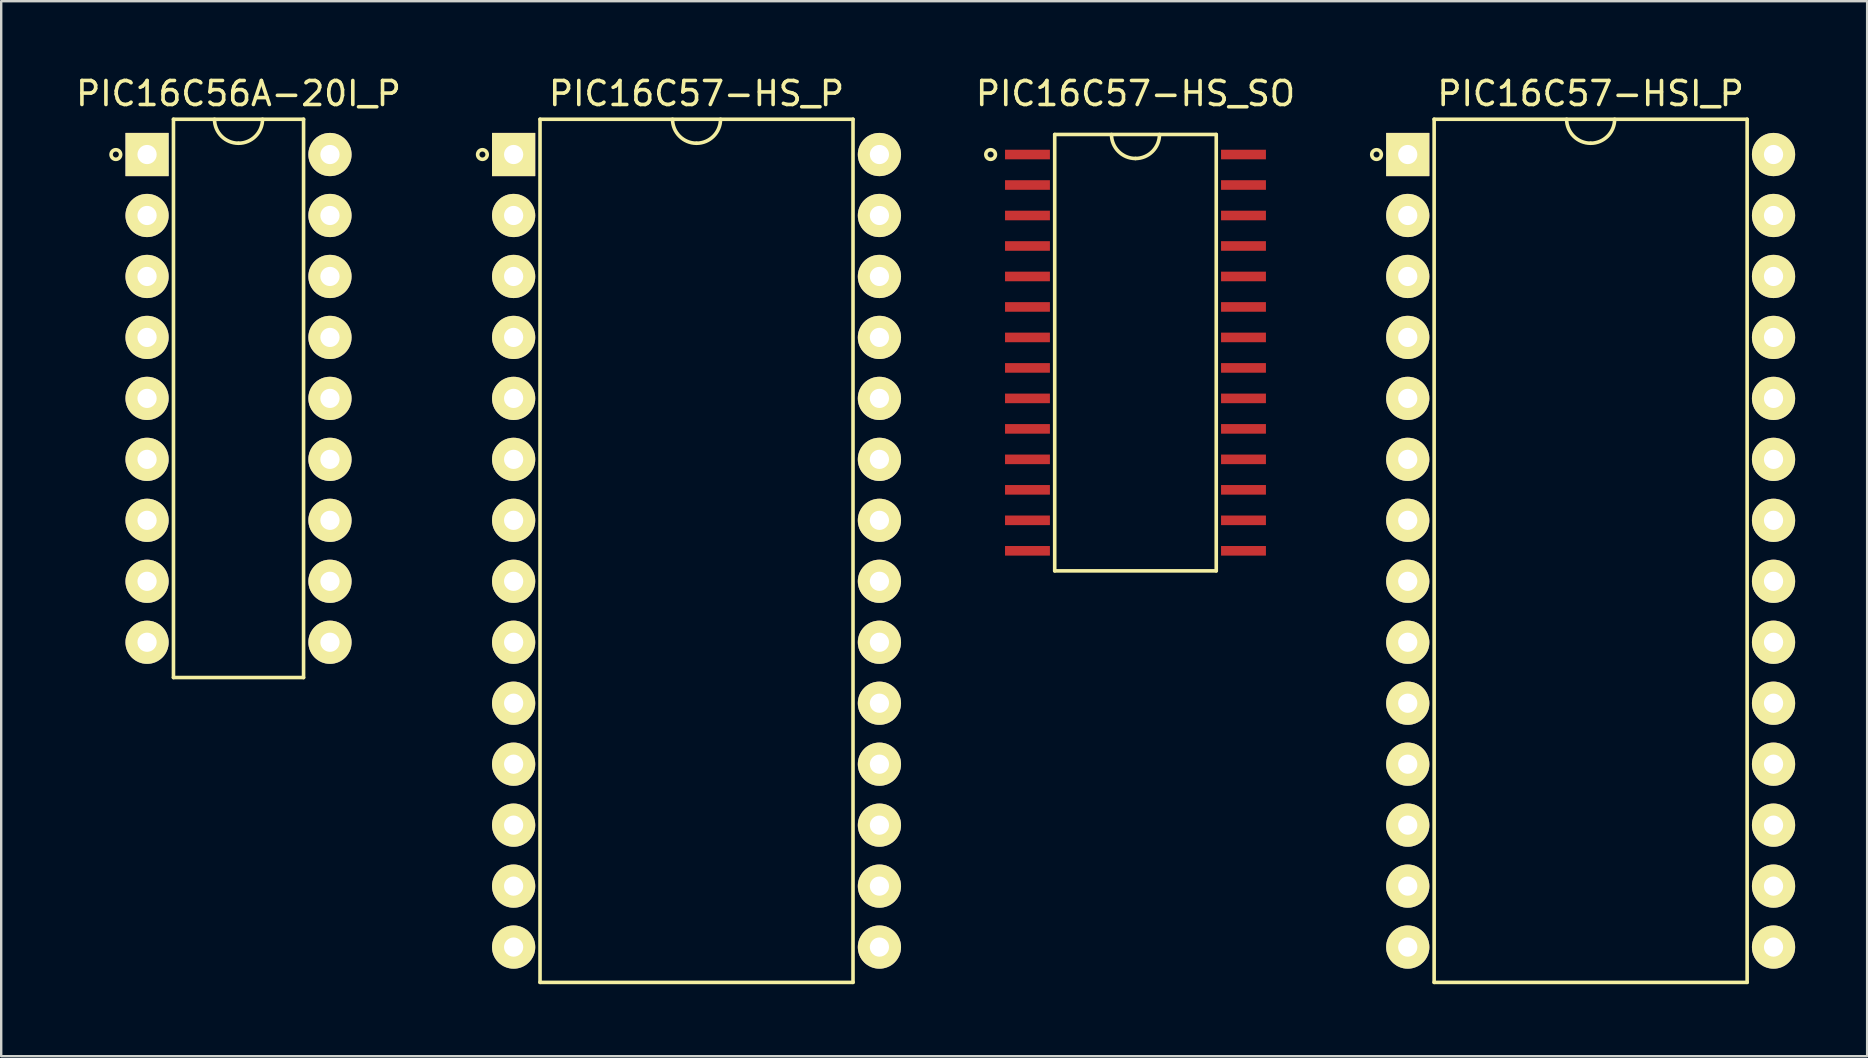
<source format=kicad_pcb>
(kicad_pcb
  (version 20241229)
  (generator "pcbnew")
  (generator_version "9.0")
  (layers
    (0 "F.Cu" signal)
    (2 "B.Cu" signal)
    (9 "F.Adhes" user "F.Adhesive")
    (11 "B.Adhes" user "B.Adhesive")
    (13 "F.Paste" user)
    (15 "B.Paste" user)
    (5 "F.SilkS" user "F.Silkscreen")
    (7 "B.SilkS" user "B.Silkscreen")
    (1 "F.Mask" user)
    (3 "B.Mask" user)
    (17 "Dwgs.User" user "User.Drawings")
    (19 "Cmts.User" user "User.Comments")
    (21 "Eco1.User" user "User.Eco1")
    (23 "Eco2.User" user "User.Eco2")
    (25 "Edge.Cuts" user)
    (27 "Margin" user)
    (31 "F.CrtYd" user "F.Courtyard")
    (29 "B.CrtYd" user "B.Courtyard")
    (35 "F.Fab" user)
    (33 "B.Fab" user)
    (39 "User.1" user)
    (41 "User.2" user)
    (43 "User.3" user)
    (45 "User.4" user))
  (footprint "PIC16C56A-20I_P"
    (layer "F.Cu")
    (at 3.077 3.388)
    (property "Reference" "PIC16C56A-20I_P" (at 3.81 -2.54 0) (layer "F.SilkS") (effects (font (size 1 1) (thickness 0.15))))
    (attr through_hole)
    (fp_line (start 1.1 -1.47) (end 6.52 -1.47) (stroke (width 0.15) (type solid)) (layer "F.SilkS"))
    (fp_line (start 1.1 21.79) (end 1.1 -1.47) (stroke (width 0.15) (type solid)) (layer "F.SilkS"))
    (fp_line (start 6.52 -1.47) (end 6.52 21.79) (stroke (width 0.15) (type solid)) (layer "F.SilkS"))
    (fp_line (start 6.52 21.79) (end 1.1 21.79) (stroke (width 0.15) (type solid)) (layer "F.SilkS"))
    (fp_arc (start 3.81 -0.47) (mid 3.102893 -0.762893) (end 2.81 -1.47) (stroke (width 0.15) (type solid)) (layer "F.SilkS"))
    (fp_arc (start 4.81 -1.47) (mid 4.517107 -0.762893) (end 3.81 -0.47) (stroke (width 0.15) (type solid)) (layer "F.SilkS"))
    (fp_circle (center -1.3 0) (end -1.3 0.2) (stroke (width 0.15) (type solid)) (fill no) (layer "F.SilkS"))
    (pad "1" thru_hole rect (at 0 0) (size 1.8 1.8) (drill 0.8) (layers "*.Cu" "*.Mask" "F.SilkS"))
    (pad "2" thru_hole circle (at 0 2.54) (size 1.8 1.8) (drill 0.8) (layers "*.Cu" "*.Mask" "F.SilkS"))
    (pad "3" thru_hole circle (at 0 5.08) (size 1.8 1.8) (drill 0.8) (layers "*.Cu" "*.Mask" "F.SilkS"))
    (pad "4" thru_hole circle (at 0 7.62) (size 1.8 1.8) (drill 0.8) (layers "*.Cu" "*.Mask" "F.SilkS"))
    (pad "5" thru_hole circle (at 0 10.16) (size 1.8 1.8) (drill 0.8) (layers "*.Cu" "*.Mask" "F.SilkS"))
    (pad "6" thru_hole circle (at 0 12.7) (size 1.8 1.8) (drill 0.8) (layers "*.Cu" "*.Mask" "F.SilkS"))
    (pad "7" thru_hole circle (at 0 15.24) (size 1.8 1.8) (drill 0.8) (layers "*.Cu" "*.Mask" "F.SilkS"))
    (pad "8" thru_hole circle (at 0 17.78) (size 1.8 1.8) (drill 0.8) (layers "*.Cu" "*.Mask" "F.SilkS"))
    (pad "9" thru_hole circle (at 0 20.32) (size 1.8 1.8) (drill 0.8) (layers "*.Cu" "*.Mask" "F.SilkS"))
    (pad "10" thru_hole circle (at 7.62 20.32) (size 1.8 1.8) (drill 0.8) (layers "*.Cu" "*.Mask" "F.SilkS"))
    (pad "11" thru_hole circle (at 7.62 17.78) (size 1.8 1.8) (drill 0.8) (layers "*.Cu" "*.Mask" "F.SilkS"))
    (pad "12" thru_hole circle (at 7.62 15.24) (size 1.8 1.8) (drill 0.8) (layers "*.Cu" "*.Mask" "F.SilkS"))
    (pad "13" thru_hole circle (at 7.62 12.7) (size 1.8 1.8) (drill 0.8) (layers "*.Cu" "*.Mask" "F.SilkS"))
    (pad "14" thru_hole circle (at 7.62 10.16) (size 1.8 1.8) (drill 0.8) (layers "*.Cu" "*.Mask" "F.SilkS"))
    (pad "15" thru_hole circle (at 7.62 7.62) (size 1.8 1.8) (drill 0.8) (layers "*.Cu" "*.Mask" "F.SilkS"))
    (pad "16" thru_hole circle (at 7.62 5.08) (size 1.8 1.8) (drill 0.8) (layers "*.Cu" "*.Mask" "F.SilkS"))
    (pad "17" thru_hole circle (at 7.62 2.54) (size 1.8 1.8) (drill 0.8) (layers "*.Cu" "*.Mask" "F.SilkS"))
    (pad "18" thru_hole circle (at 7.62 0) (size 1.8 1.8) (drill 0.8) (layers "*.Cu" "*.Mask" "F.SilkS")))
  (footprint "PIC16C57-HS_SO"
    (layer "F.Cu")
    (at 39.757 3.388)
    (property "Reference" "PIC16C57-HS_SO" (at 4.5 -2.54 0) (layer "F.SilkS") (effects (font (size 1 1) (thickness 0.15))))
    (attr through_hole)
    (fp_line (start 1.135 -0.835) (end 7.865 -0.835) (stroke (width 0.15) (type solid)) (layer "F.SilkS"))
    (fp_line (start 1.135 17.345) (end 1.135 -0.835) (stroke (width 0.15) (type solid)) (layer "F.SilkS"))
    (fp_line (start 7.865 -0.835) (end 7.865 17.345) (stroke (width 0.15) (type solid)) (layer "F.SilkS"))
    (fp_line (start 7.865 17.345) (end 1.135 17.345) (stroke (width 0.15) (type solid)) (layer "F.SilkS"))
    (fp_arc (start 4.5 0.165) (mid 3.792893 -0.127893) (end 3.5 -0.835) (stroke (width 0.15) (type solid)) (layer "F.SilkS"))
    (fp_arc (start 5.5 -0.835) (mid 5.207107 -0.127893) (end 4.5 0.165) (stroke (width 0.15) (type solid)) (layer "F.SilkS"))
    (fp_circle (center -1.535 0) (end -1.535 0.2) (stroke (width 0.15) (type solid)) (fill no) (layer "F.SilkS"))
    (pad "1" smd rect (at 0 0) (size 1.87 0.4) (layers "F.Cu" "F.Mask" "F.Paste"))
    (pad "2" smd rect (at 0 1.27) (size 1.87 0.4) (layers "F.Cu" "F.Mask" "F.Paste"))
    (pad "3" smd rect (at 0 2.54) (size 1.87 0.4) (layers "F.Cu" "F.Mask" "F.Paste"))
    (pad "4" smd rect (at 0 3.81) (size 1.87 0.4) (layers "F.Cu" "F.Mask" "F.Paste"))
    (pad "5" smd rect (at 0 5.08) (size 1.87 0.4) (layers "F.Cu" "F.Mask" "F.Paste"))
    (pad "6" smd rect (at 0 6.35) (size 1.87 0.4) (layers "F.Cu" "F.Mask" "F.Paste"))
    (pad "7" smd rect (at 0 7.62) (size 1.87 0.4) (layers "F.Cu" "F.Mask" "F.Paste"))
    (pad "8" smd rect (at 0 8.89) (size 1.87 0.4) (layers "F.Cu" "F.Mask" "F.Paste"))
    (pad "9" smd rect (at 0 10.16) (size 1.87 0.4) (layers "F.Cu" "F.Mask" "F.Paste"))
    (pad "10" smd rect (at 0 11.43) (size 1.87 0.4) (layers "F.Cu" "F.Mask" "F.Paste"))
    (pad "11" smd rect (at 0 12.7) (size 1.87 0.4) (layers "F.Cu" "F.Mask" "F.Paste"))
    (pad "12" smd rect (at 0 13.97) (size 1.87 0.4) (layers "F.Cu" "F.Mask" "F.Paste"))
    (pad "13" smd rect (at 0 15.24) (size 1.87 0.4) (layers "F.Cu" "F.Mask" "F.Paste"))
    (pad "14" smd rect (at 0 16.51) (size 1.87 0.4) (layers "F.Cu" "F.Mask" "F.Paste"))
    (pad "15" smd rect (at 9 16.51) (size 1.87 0.4) (layers "F.Cu" "F.Mask" "F.Paste"))
    (pad "16" smd rect (at 9 15.24) (size 1.87 0.4) (layers "F.Cu" "F.Mask" "F.Paste"))
    (pad "17" smd rect (at 9 13.97) (size 1.87 0.4) (layers "F.Cu" "F.Mask" "F.Paste"))
    (pad "18" smd rect (at 9 12.7) (size 1.87 0.4) (layers "F.Cu" "F.Mask" "F.Paste"))
    (pad "19" smd rect (at 9 11.43) (size 1.87 0.4) (layers "F.Cu" "F.Mask" "F.Paste"))
    (pad "20" smd rect (at 9 10.16) (size 1.87 0.4) (layers "F.Cu" "F.Mask" "F.Paste"))
    (pad "21" smd rect (at 9 8.89) (size 1.87 0.4) (layers "F.Cu" "F.Mask" "F.Paste"))
    (pad "22" smd rect (at 9 7.62) (size 1.87 0.4) (layers "F.Cu" "F.Mask" "F.Paste"))
    (pad "23" smd rect (at 9 6.35) (size 1.87 0.4) (layers "F.Cu" "F.Mask" "F.Paste"))
    (pad "24" smd rect (at 9 5.08) (size 1.87 0.4) (layers "F.Cu" "F.Mask" "F.Paste"))
    (pad "25" smd rect (at 9 3.81) (size 1.87 0.4) (layers "F.Cu" "F.Mask" "F.Paste"))
    (pad "26" smd rect (at 9 2.54) (size 1.87 0.4) (layers "F.Cu" "F.Mask" "F.Paste"))
    (pad "27" smd rect (at 9 1.27) (size 1.87 0.4) (layers "F.Cu" "F.Mask" "F.Paste"))
    (pad "28" smd rect (at 9 0) (size 1.87 0.4) (layers "F.Cu" "F.Mask" "F.Paste")))
  (footprint "PIC16C57-HSI_P"
    (layer "F.Cu")
    (at 55.6 3.388)
    (property "Reference" "PIC16C57-HSI_P" (at 7.62 -2.54 0) (layer "F.SilkS") (effects (font (size 1 1) (thickness 0.15))))
    (attr through_hole)
    (fp_line (start 1.1 -1.47) (end 14.14 -1.47) (stroke (width 0.15) (type solid)) (layer "F.SilkS"))
    (fp_line (start 1.1 34.49) (end 1.1 -1.47) (stroke (width 0.15) (type solid)) (layer "F.SilkS"))
    (fp_line (start 14.14 -1.47) (end 14.14 34.49) (stroke (width 0.15) (type solid)) (layer "F.SilkS"))
    (fp_line (start 14.14 34.49) (end 1.1 34.49) (stroke (width 0.15) (type solid)) (layer "F.SilkS"))
    (fp_arc (start 7.62 -0.47) (mid 6.912893 -0.762893) (end 6.62 -1.47) (stroke (width 0.15) (type solid)) (layer "F.SilkS"))
    (fp_arc (start 8.62 -1.47) (mid 8.327107 -0.762893) (end 7.62 -0.47) (stroke (width 0.15) (type solid)) (layer "F.SilkS"))
    (fp_circle (center -1.3 0) (end -1.3 0.2) (stroke (width 0.15) (type solid)) (fill no) (layer "F.SilkS"))
    (pad "1" thru_hole rect (at 0 0) (size 1.8 1.8) (drill 0.8) (layers "*.Cu" "*.Mask" "F.SilkS"))
    (pad "2" thru_hole circle (at 0 2.54) (size 1.8 1.8) (drill 0.8) (layers "*.Cu" "*.Mask" "F.SilkS"))
    (pad "3" thru_hole circle (at 0 5.08) (size 1.8 1.8) (drill 0.8) (layers "*.Cu" "*.Mask" "F.SilkS"))
    (pad "4" thru_hole circle (at 0 7.62) (size 1.8 1.8) (drill 0.8) (layers "*.Cu" "*.Mask" "F.SilkS"))
    (pad "5" thru_hole circle (at 0 10.16) (size 1.8 1.8) (drill 0.8) (layers "*.Cu" "*.Mask" "F.SilkS"))
    (pad "6" thru_hole circle (at 0 12.7) (size 1.8 1.8) (drill 0.8) (layers "*.Cu" "*.Mask" "F.SilkS"))
    (pad "7" thru_hole circle (at 0 15.24) (size 1.8 1.8) (drill 0.8) (layers "*.Cu" "*.Mask" "F.SilkS"))
    (pad "8" thru_hole circle (at 0 17.78) (size 1.8 1.8) (drill 0.8) (layers "*.Cu" "*.Mask" "F.SilkS"))
    (pad "9" thru_hole circle (at 0 20.32) (size 1.8 1.8) (drill 0.8) (layers "*.Cu" "*.Mask" "F.SilkS"))
    (pad "10" thru_hole circle (at 0 22.86) (size 1.8 1.8) (drill 0.8) (layers "*.Cu" "*.Mask" "F.SilkS"))
    (pad "11" thru_hole circle (at 0 25.4) (size 1.8 1.8) (drill 0.8) (layers "*.Cu" "*.Mask" "F.SilkS"))
    (pad "12" thru_hole circle (at 0 27.94) (size 1.8 1.8) (drill 0.8) (layers "*.Cu" "*.Mask" "F.SilkS"))
    (pad "13" thru_hole circle (at 0 30.48) (size 1.8 1.8) (drill 0.8) (layers "*.Cu" "*.Mask" "F.SilkS"))
    (pad "14" thru_hole circle (at 0 33.02) (size 1.8 1.8) (drill 0.8) (layers "*.Cu" "*.Mask" "F.SilkS"))
    (pad "15" thru_hole circle (at 15.24 33.02) (size 1.8 1.8) (drill 0.8) (layers "*.Cu" "*.Mask" "F.SilkS"))
    (pad "16" thru_hole circle (at 15.24 30.48) (size 1.8 1.8) (drill 0.8) (layers "*.Cu" "*.Mask" "F.SilkS"))
    (pad "17" thru_hole circle (at 15.24 27.94) (size 1.8 1.8) (drill 0.8) (layers "*.Cu" "*.Mask" "F.SilkS"))
    (pad "18" thru_hole circle (at 15.24 25.4) (size 1.8 1.8) (drill 0.8) (layers "*.Cu" "*.Mask" "F.SilkS"))
    (pad "19" thru_hole circle (at 15.24 22.86) (size 1.8 1.8) (drill 0.8) (layers "*.Cu" "*.Mask" "F.SilkS"))
    (pad "20" thru_hole circle (at 15.24 20.32) (size 1.8 1.8) (drill 0.8) (layers "*.Cu" "*.Mask" "F.SilkS"))
    (pad "21" thru_hole circle (at 15.24 17.78) (size 1.8 1.8) (drill 0.8) (layers "*.Cu" "*.Mask" "F.SilkS"))
    (pad "22" thru_hole circle (at 15.24 15.24) (size 1.8 1.8) (drill 0.8) (layers "*.Cu" "*.Mask" "F.SilkS"))
    (pad "23" thru_hole circle (at 15.24 12.7) (size 1.8 1.8) (drill 0.8) (layers "*.Cu" "*.Mask" "F.SilkS"))
    (pad "24" thru_hole circle (at 15.24 10.16) (size 1.8 1.8) (drill 0.8) (layers "*.Cu" "*.Mask" "F.SilkS"))
    (pad "25" thru_hole circle (at 15.24 7.62) (size 1.8 1.8) (drill 0.8) (layers "*.Cu" "*.Mask" "F.SilkS"))
    (pad "26" thru_hole circle (at 15.24 5.08) (size 1.8 1.8) (drill 0.8) (layers "*.Cu" "*.Mask" "F.SilkS"))
    (pad "27" thru_hole circle (at 15.24 2.54) (size 1.8 1.8) (drill 0.8) (layers "*.Cu" "*.Mask" "F.SilkS"))
    (pad "28" thru_hole circle (at 15.24 0) (size 1.8 1.8) (drill 0.8) (layers "*.Cu" "*.Mask" "F.SilkS")))
  (footprint "PIC16C57-HS_P"
    (layer "F.Cu")
    (at 18.349 3.388)
    (property "Reference" "PIC16C57-HS_P" (at 7.62 -2.54 0) (layer "F.SilkS") (effects (font (size 1 1) (thickness 0.15))))
    (attr through_hole)
    (fp_line (start 1.1 -1.47) (end 14.14 -1.47) (stroke (width 0.15) (type solid)) (layer "F.SilkS"))
    (fp_line (start 1.1 34.49) (end 1.1 -1.47) (stroke (width 0.15) (type solid)) (layer "F.SilkS"))
    (fp_line (start 14.14 -1.47) (end 14.14 34.49) (stroke (width 0.15) (type solid)) (layer "F.SilkS"))
    (fp_line (start 14.14 34.49) (end 1.1 34.49) (stroke (width 0.15) (type solid)) (layer "F.SilkS"))
    (fp_arc (start 7.62 -0.47) (mid 6.912893 -0.762893) (end 6.62 -1.47) (stroke (width 0.15) (type solid)) (layer "F.SilkS"))
    (fp_arc (start 8.62 -1.47) (mid 8.327107 -0.762893) (end 7.62 -0.47) (stroke (width 0.15) (type solid)) (layer "F.SilkS"))
    (fp_circle (center -1.3 0) (end -1.3 0.2) (stroke (width 0.15) (type solid)) (fill no) (layer "F.SilkS"))
    (pad "1" thru_hole rect (at 0 0) (size 1.8 1.8) (drill 0.8) (layers "*.Cu" "*.Mask" "F.SilkS"))
    (pad "2" thru_hole circle (at 0 2.54) (size 1.8 1.8) (drill 0.8) (layers "*.Cu" "*.Mask" "F.SilkS"))
    (pad "3" thru_hole circle (at 0 5.08) (size 1.8 1.8) (drill 0.8) (layers "*.Cu" "*.Mask" "F.SilkS"))
    (pad "4" thru_hole circle (at 0 7.62) (size 1.8 1.8) (drill 0.8) (layers "*.Cu" "*.Mask" "F.SilkS"))
    (pad "5" thru_hole circle (at 0 10.16) (size 1.8 1.8) (drill 0.8) (layers "*.Cu" "*.Mask" "F.SilkS"))
    (pad "6" thru_hole circle (at 0 12.7) (size 1.8 1.8) (drill 0.8) (layers "*.Cu" "*.Mask" "F.SilkS"))
    (pad "7" thru_hole circle (at 0 15.24) (size 1.8 1.8) (drill 0.8) (layers "*.Cu" "*.Mask" "F.SilkS"))
    (pad "8" thru_hole circle (at 0 17.78) (size 1.8 1.8) (drill 0.8) (layers "*.Cu" "*.Mask" "F.SilkS"))
    (pad "9" thru_hole circle (at 0 20.32) (size 1.8 1.8) (drill 0.8) (layers "*.Cu" "*.Mask" "F.SilkS"))
    (pad "10" thru_hole circle (at 0 22.86) (size 1.8 1.8) (drill 0.8) (layers "*.Cu" "*.Mask" "F.SilkS"))
    (pad "11" thru_hole circle (at 0 25.4) (size 1.8 1.8) (drill 0.8) (layers "*.Cu" "*.Mask" "F.SilkS"))
    (pad "12" thru_hole circle (at 0 27.94) (size 1.8 1.8) (drill 0.8) (layers "*.Cu" "*.Mask" "F.SilkS"))
    (pad "13" thru_hole circle (at 0 30.48) (size 1.8 1.8) (drill 0.8) (layers "*.Cu" "*.Mask" "F.SilkS"))
    (pad "14" thru_hole circle (at 0 33.02) (size 1.8 1.8) (drill 0.8) (layers "*.Cu" "*.Mask" "F.SilkS"))
    (pad "15" thru_hole circle (at 15.24 33.02) (size 1.8 1.8) (drill 0.8) (layers "*.Cu" "*.Mask" "F.SilkS"))
    (pad "16" thru_hole circle (at 15.24 30.48) (size 1.8 1.8) (drill 0.8) (layers "*.Cu" "*.Mask" "F.SilkS"))
    (pad "17" thru_hole circle (at 15.24 27.94) (size 1.8 1.8) (drill 0.8) (layers "*.Cu" "*.Mask" "F.SilkS"))
    (pad "18" thru_hole circle (at 15.24 25.4) (size 1.8 1.8) (drill 0.8) (layers "*.Cu" "*.Mask" "F.SilkS"))
    (pad "19" thru_hole circle (at 15.24 22.86) (size 1.8 1.8) (drill 0.8) (layers "*.Cu" "*.Mask" "F.SilkS"))
    (pad "20" thru_hole circle (at 15.24 20.32) (size 1.8 1.8) (drill 0.8) (layers "*.Cu" "*.Mask" "F.SilkS"))
    (pad "21" thru_hole circle (at 15.24 17.78) (size 1.8 1.8) (drill 0.8) (layers "*.Cu" "*.Mask" "F.SilkS"))
    (pad "22" thru_hole circle (at 15.24 15.24) (size 1.8 1.8) (drill 0.8) (layers "*.Cu" "*.Mask" "F.SilkS"))
    (pad "23" thru_hole circle (at 15.24 12.7) (size 1.8 1.8) (drill 0.8) (layers "*.Cu" "*.Mask" "F.SilkS"))
    (pad "24" thru_hole circle (at 15.24 10.16) (size 1.8 1.8) (drill 0.8) (layers "*.Cu" "*.Mask" "F.SilkS"))
    (pad "25" thru_hole circle (at 15.24 7.62) (size 1.8 1.8) (drill 0.8) (layers "*.Cu" "*.Mask" "F.SilkS"))
    (pad "26" thru_hole circle (at 15.24 5.08) (size 1.8 1.8) (drill 0.8) (layers "*.Cu" "*.Mask" "F.SilkS"))
    (pad "27" thru_hole circle (at 15.24 2.54) (size 1.8 1.8) (drill 0.8) (layers "*.Cu" "*.Mask" "F.SilkS"))
    (pad "28" thru_hole circle (at 15.24 0) (size 1.8 1.8) (drill 0.8) (layers "*.Cu" "*.Mask" "F.SilkS")))
  (gr_rect
    (start -3 -3)
    (end 74.74 40.953)
    (stroke (width 0.1) (type default))
    (fill no)
    (layer "Edge.Cuts")))
</source>
